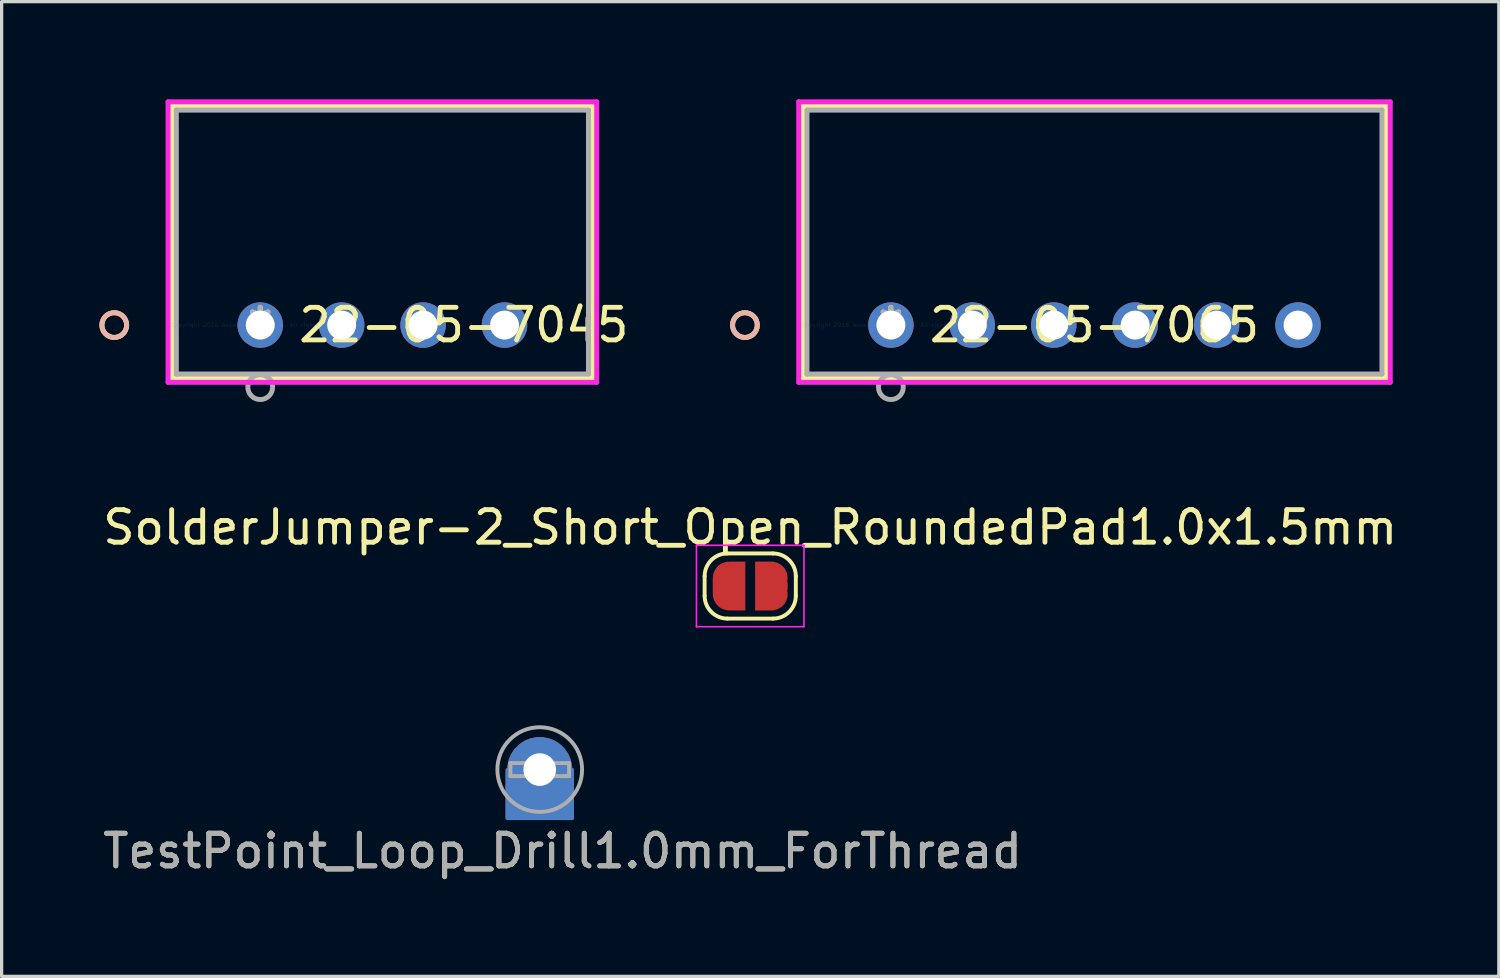
<source format=kicad_pcb>
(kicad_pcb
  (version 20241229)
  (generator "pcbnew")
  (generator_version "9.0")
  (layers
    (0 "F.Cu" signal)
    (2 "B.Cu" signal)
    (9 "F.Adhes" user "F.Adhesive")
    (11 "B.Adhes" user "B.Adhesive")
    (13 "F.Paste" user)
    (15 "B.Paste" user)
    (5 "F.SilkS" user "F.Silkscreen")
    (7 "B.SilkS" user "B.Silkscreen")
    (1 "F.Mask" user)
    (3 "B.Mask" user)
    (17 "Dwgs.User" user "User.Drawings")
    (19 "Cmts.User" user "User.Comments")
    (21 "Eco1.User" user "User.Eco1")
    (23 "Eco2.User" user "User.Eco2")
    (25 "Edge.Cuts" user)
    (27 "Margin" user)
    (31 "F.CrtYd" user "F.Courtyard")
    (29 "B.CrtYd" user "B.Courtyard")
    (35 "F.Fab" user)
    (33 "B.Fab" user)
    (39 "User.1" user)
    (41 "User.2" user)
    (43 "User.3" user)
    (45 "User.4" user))
  (footprint "SolderJumper-2_Short_Open_RoundedPad1.0x1.5mm"
    (layer "F.Cu")
    (at 19.982 14.941)
    (property "Reference" "SolderJumper-2_Short_Open_RoundedPad1.0x1.5mm" (at 0 -1.8 0) (layer "F.SilkS") (effects (font (size 1 1) (thickness 0.15))))
    (attr exclude_from_pos_files exclude_from_bom)
    (fp_line (start -1.4 0.3) (end -1.4 -0.3) (stroke (width 0.12) (type solid)) (layer "F.SilkS"))
    (fp_line (start -0.7 -1) (end 0.7 -1) (stroke (width 0.12) (type solid)) (layer "F.SilkS"))
    (fp_line (start 0.7 1) (end -0.7 1) (stroke (width 0.12) (type solid)) (layer "F.SilkS"))
    (fp_line (start 1.4 -0.3) (end 1.4 0.3) (stroke (width 0.12) (type solid)) (layer "F.SilkS"))
    (fp_arc (start -1.4 -0.3) (mid -1.194975 -0.794975) (end -0.7 -1) (stroke (width 0.12) (type solid)) (layer "F.SilkS"))
    (fp_arc (start -0.7 1) (mid -1.194975 0.794975) (end -1.4 0.3) (stroke (width 0.12) (type solid)) (layer "F.SilkS"))
    (fp_arc (start 0.7 -1) (mid 1.194975 -0.794975) (end 1.4 -0.3) (stroke (width 0.12) (type solid)) (layer "F.SilkS"))
    (fp_arc (start 1.4 0.3) (mid 1.194975 0.794975) (end 0.7 1) (stroke (width 0.12) (type solid)) (layer "F.SilkS"))
    (fp_line (start -1.65 -1.25) (end -1.65 1.25) (stroke (width 0.05) (type solid)) (layer "F.CrtYd"))
    (fp_line (start -1.65 -1.25) (end 1.65 -1.25) (stroke (width 0.05) (type solid)) (layer "F.CrtYd"))
    (fp_line (start 1.65 1.25) (end -1.65 1.25) (stroke (width 0.05) (type solid)) (layer "F.CrtYd"))
    (fp_line (start 1.65 1.25) (end 1.65 -1.25) (stroke (width 0.05) (type solid)) (layer "F.CrtYd"))
    (pad "1" smd custom (at -0.65 0) (size 1 0.5) (layers "F.Cu" "F.Mask") (options (anchor rect)) (primitives (gr_circle (center 0 0.25) (end 0.5 0.25) (width 0) (fill yes)) (gr_circle (center 0 -0.25) (end 0.5 -0.25) (width 0) (fill yes)) (gr_poly (pts (xy 0 -0.75) (xy 0.5 -0.75) (xy 0.5 0.75) (xy 0 0.75)) (width 0) (fill yes))))
    (pad "2" smd custom (at 0.65 0) (size 1 0.25) (layers "F.Cu" "F.Mask") (options (anchor rect)) (primitives (gr_circle (center 0 0.25) (end 0.5 0.25) (width 0) (fill yes)) (gr_circle (center 0 -0.25) (end 0.5 -0.25) (width 0) (fill yes)) (gr_poly (pts (xy 0 -0.75) (xy -0.5 -0.75) (xy -0.5 0.75) (xy 0 0.75)) (width 0) (fill yes)))))
  (footprint "22-05-7045"
    (layer "F.Cu")
    (at 4.939 6.93)
    (property "Reference" "22-05-7045" (at 6.25 0 0) (layer "F.SilkS") (effects (font (size 1 1) (thickness 0.15))))
    (attr through_hole)
    (fp_line (start -2.704 -6.727) (end -2.704 1.63) (stroke (width 0.152) (type solid)) (layer "F.SilkS"))
    (fp_line (start -2.704 1.63) (end 10.204 1.63) (stroke (width 0.152) (type solid)) (layer "F.SilkS"))
    (fp_line (start 10.204 -6.727) (end -2.704 -6.727) (stroke (width 0.152) (type solid)) (layer "F.SilkS"))
    (fp_line (start 10.204 1.63) (end 10.204 -6.727) (stroke (width 0.152) (type solid)) (layer "F.SilkS"))
    (fp_circle (center -4.481 0) (end -4.101 0) (stroke (width 0.152) (type solid)) (fill no) (layer "F.SilkS"))
    (fp_circle (center -4.481 0) (end -4.101 0) (stroke (width 0.152) (type solid)) (fill no) (layer "B.SilkS"))
    (fp_line (start -2.83 -6.854) (end -2.83 1.757) (stroke (width 0.152) (type solid)) (layer "F.CrtYd"))
    (fp_line (start -2.83 1.757) (end 10.331 1.757) (stroke (width 0.152) (type solid)) (layer "F.CrtYd"))
    (fp_line (start 10.331 -6.854) (end -2.83 -6.854) (stroke (width 0.152) (type solid)) (layer "F.CrtYd"))
    (fp_line (start 10.331 1.757) (end 10.331 -6.854) (stroke (width 0.152) (type solid)) (layer "F.CrtYd"))
    (fp_line (start -2.576 -6.6) (end -2.576 1.503) (stroke (width 0.152) (type solid)) (layer "F.Fab"))
    (fp_line (start -2.576 1.503) (end 10.076 1.503) (stroke (width 0.152) (type solid)) (layer "F.Fab"))
    (fp_line (start 10.076 -6.6) (end -2.576 -6.6) (stroke (width 0.152) (type solid)) (layer "F.Fab"))
    (fp_line (start 10.076 1.503) (end 10.076 -6.6) (stroke (width 0.152) (type solid)) (layer "F.Fab"))
    (fp_circle (center 0 1.905) (end 0.381 1.905) (stroke (width 0.152) (type solid)) (fill no) (layer "F.Fab"))
    (fp_text user "*" (at 0 0 0) (layer "F.SilkS") (effects (font (size 1 1) (thickness 0.15))))
    (fp_text user "Copyright 2016 Accelerated Designs. All rights reserved." (at 0 0 0) (layer "Cmts.User") (effects (font (size 0.127 0.127) (thickness 0.002))))
    (fp_text user "*" (at 0 0 0) (layer "F.Fab") (effects (font (size 1 1) (thickness 0.15))))
    (pad "1" thru_hole circle (at 0 0) (size 1.397 1.397) (drill 0.889) (layers "*.Cu" "*.Mask"))
    (pad "2" thru_hole circle (at 2.5 0) (size 1.397 1.397) (drill 0.889) (layers "*.Cu" "*.Mask"))
    (pad "3" thru_hole circle (at 5 0) (size 1.397 1.397) (drill 0.889) (layers "*.Cu" "*.Mask"))
    (pad "4" thru_hole circle (at 7.5 0) (size 1.397 1.397) (drill 0.889) (layers "*.Cu" "*.Mask")))
  (footprint "TestPoint_Loop_Drill1.0mm_ForThread"
    (layer "F.Cu")
    (at 13.52 20.576)
    (property "Reference" "TestPoint_Loop_Drill1.0mm_ForThread" (at 0.7 2.5 0) (layer "F.SilkS") (effects (font (size 1 1) (thickness 0.15))))
    (attr through_hole)
    (fp_poly (pts (xy -1 0) (xy -1 1.5) (xy 1 1.5) (xy 1 0)) (stroke (width 0.1) (type solid)) (fill yes) (layer "F.Mask"))
    (fp_line (start -0.9 -0.2) (end 0.9 -0.2) (stroke (width 0.12) (type solid)) (layer "F.Fab"))
    (fp_line (start -0.9 0.2) (end -0.9 -0.2) (stroke (width 0.12) (type solid)) (layer "F.Fab"))
    (fp_line (start 0.9 -0.2) (end 0.9 0.2) (stroke (width 0.12) (type solid)) (layer "F.Fab"))
    (fp_line (start 0.9 0.2) (end -0.9 0.2) (stroke (width 0.12) (type solid)) (layer "F.Fab"))
    (fp_circle (center 0 0) (end 1.3 0) (stroke (width 0.12) (type solid)) (fill no) (layer "F.Fab"))
    (fp_text user "${REFERENCE}" (at 0.7 2.5 0) (layer "F.Fab") (effects (font (size 1 1) (thickness 0.15))))
    (pad "1" thru_hole custom (at 0 0) (size 2 2) (drill 1) (layers "*.Cu" "*.Mask") (options (anchor circle)) (primitives (gr_poly (pts (xy -1 0) (xy -1 1.5) (xy 1 1.5) (xy 1 0)) (width 0.1) (fill yes)))))
  (footprint "22-05-7065"
    (layer "F.Cu")
    (at 24.3 6.93)
    (property "Reference" "22-05-7065" (at 6.25 0 0) (layer "F.SilkS") (effects (font (size 1 1) (thickness 0.15))))
    (attr through_hole)
    (fp_line (start -2.704 -6.727) (end -2.704 1.63) (stroke (width 0.152) (type solid)) (layer "F.SilkS"))
    (fp_line (start -2.704 1.63) (end 15.204 1.63) (stroke (width 0.152) (type solid)) (layer "F.SilkS"))
    (fp_line (start 15.204 -6.727) (end -2.704 -6.727) (stroke (width 0.152) (type solid)) (layer "F.SilkS"))
    (fp_line (start 15.204 1.63) (end 15.204 -6.727) (stroke (width 0.152) (type solid)) (layer "F.SilkS"))
    (fp_circle (center -4.481 0) (end -4.101 0) (stroke (width 0.152) (type solid)) (fill no) (layer "F.SilkS"))
    (fp_circle (center -4.481 0) (end -4.101 0) (stroke (width 0.152) (type solid)) (fill no) (layer "B.SilkS"))
    (fp_line (start -2.83 -6.854) (end -2.83 1.757) (stroke (width 0.152) (type solid)) (layer "F.CrtYd"))
    (fp_line (start -2.83 1.757) (end 15.331 1.757) (stroke (width 0.152) (type solid)) (layer "F.CrtYd"))
    (fp_line (start 15.331 -6.854) (end -2.83 -6.854) (stroke (width 0.152) (type solid)) (layer "F.CrtYd"))
    (fp_line (start 15.331 1.757) (end 15.331 -6.854) (stroke (width 0.152) (type solid)) (layer "F.CrtYd"))
    (fp_line (start -2.576 -6.6) (end -2.576 1.503) (stroke (width 0.152) (type solid)) (layer "F.Fab"))
    (fp_line (start -2.576 1.503) (end 15.076 1.503) (stroke (width 0.152) (type solid)) (layer "F.Fab"))
    (fp_line (start 15.076 -6.6) (end -2.576 -6.6) (stroke (width 0.152) (type solid)) (layer "F.Fab"))
    (fp_line (start 15.076 1.503) (end 15.076 -6.6) (stroke (width 0.152) (type solid)) (layer "F.Fab"))
    (fp_circle (center 0 1.905) (end 0.381 1.905) (stroke (width 0.152) (type solid)) (fill no) (layer "F.Fab"))
    (fp_text user "*" (at 0 0 0) (layer "F.SilkS") (effects (font (size 1 1) (thickness 0.15))))
    (fp_text user "Copyright 2016 Accelerated Designs. All rights reserved." (at 0 0 0) (layer "Cmts.User") (effects (font (size 0.127 0.127) (thickness 0.002))))
    (fp_text user "*" (at 0 0 0) (layer "F.Fab") (effects (font (size 1 1) (thickness 0.15))))
    (pad "1" thru_hole circle (at 0 0) (size 1.397 1.397) (drill 0.889) (layers "*.Cu" "*.Mask"))
    (pad "2" thru_hole circle (at 2.5 0) (size 1.397 1.397) (drill 0.889) (layers "*.Cu" "*.Mask"))
    (pad "3" thru_hole circle (at 5 0) (size 1.397 1.397) (drill 0.889) (layers "*.Cu" "*.Mask"))
    (pad "4" thru_hole circle (at 7.5 0) (size 1.397 1.397) (drill 0.889) (layers "*.Cu" "*.Mask"))
    (pad "5" thru_hole circle (at 10 0) (size 1.397 1.397) (drill 0.889) (layers "*.Cu" "*.Mask"))
    (pad "6" thru_hole circle (at 12.5 0) (size 1.397 1.397) (drill 0.889) (layers "*.Cu" "*.Mask")))
  (gr_rect
    (start -3 -3)
    (end 42.964 26.924)
    (stroke (width 0.1) (type default))
    (fill no)
    (layer "Edge.Cuts")))
</source>
